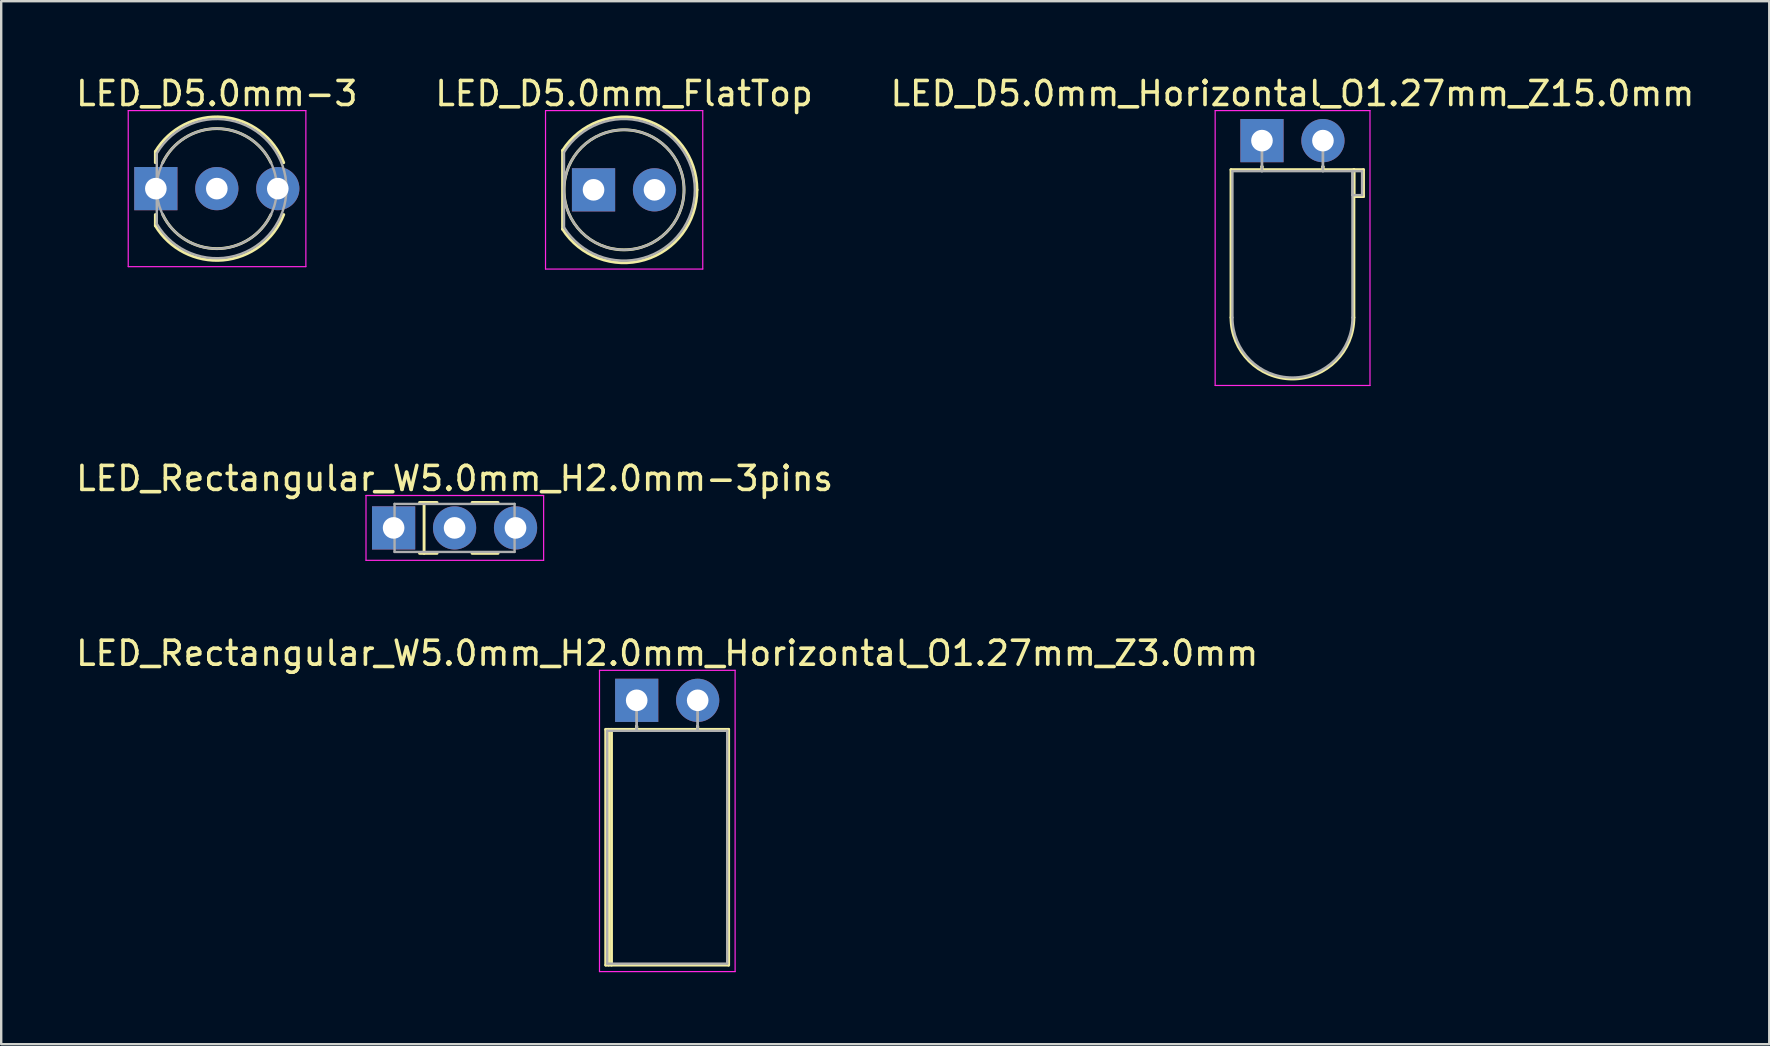
<source format=kicad_pcb>
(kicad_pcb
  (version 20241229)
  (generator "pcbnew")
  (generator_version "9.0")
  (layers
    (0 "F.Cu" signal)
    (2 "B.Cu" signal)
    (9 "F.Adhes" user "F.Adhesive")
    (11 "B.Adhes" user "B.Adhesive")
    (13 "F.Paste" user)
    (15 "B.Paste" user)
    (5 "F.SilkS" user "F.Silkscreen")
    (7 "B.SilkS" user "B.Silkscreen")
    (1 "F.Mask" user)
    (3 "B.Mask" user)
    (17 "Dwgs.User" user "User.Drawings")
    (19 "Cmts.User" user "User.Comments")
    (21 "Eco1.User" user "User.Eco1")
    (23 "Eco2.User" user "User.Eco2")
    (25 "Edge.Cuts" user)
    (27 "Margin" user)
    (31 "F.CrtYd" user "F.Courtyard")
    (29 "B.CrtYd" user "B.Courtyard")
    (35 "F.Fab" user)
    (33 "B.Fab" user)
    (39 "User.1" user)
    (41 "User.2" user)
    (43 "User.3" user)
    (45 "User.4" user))
  (footprint "LED_D5.0mm_Horizontal_O1.27mm_Z15.0mm"
    (layer "F.Cu")
    (at 49.522 2.808)
    (property "Reference" "LED_D5.0mm_Horizontal_O1.27mm_Z15.0mm" (at 1.27 -1.96 0) (layer "F.SilkS") (effects (font (size 1 1) (thickness 0.15))))
    (attr through_hole)
    (fp_line (start -1.29 1.21) (end -1.29 7.37) (stroke (width 0.12) (type solid)) (layer "F.SilkS"))
    (fp_line (start -1.29 1.21) (end 3.83 1.21) (stroke (width 0.12) (type solid)) (layer "F.SilkS"))
    (fp_line (start 0 1.08) (end 0 1.08) (stroke (width 0.12) (type solid)) (layer "F.SilkS"))
    (fp_line (start 0 1.08) (end 0 1.21) (stroke (width 0.12) (type solid)) (layer "F.SilkS"))
    (fp_line (start 0 1.21) (end 0 1.08) (stroke (width 0.12) (type solid)) (layer "F.SilkS"))
    (fp_line (start 0 1.21) (end 0 1.21) (stroke (width 0.12) (type solid)) (layer "F.SilkS"))
    (fp_line (start 2.54 1.08) (end 2.54 1.08) (stroke (width 0.12) (type solid)) (layer "F.SilkS"))
    (fp_line (start 2.54 1.08) (end 2.54 1.21) (stroke (width 0.12) (type solid)) (layer "F.SilkS"))
    (fp_line (start 2.54 1.21) (end 2.54 1.08) (stroke (width 0.12) (type solid)) (layer "F.SilkS"))
    (fp_line (start 2.54 1.21) (end 2.54 1.21) (stroke (width 0.12) (type solid)) (layer "F.SilkS"))
    (fp_line (start 3.83 1.21) (end 3.83 7.37) (stroke (width 0.12) (type solid)) (layer "F.SilkS"))
    (fp_line (start 3.83 1.21) (end 4.23 1.21) (stroke (width 0.12) (type solid)) (layer "F.SilkS"))
    (fp_line (start 3.83 2.33) (end 3.83 1.21) (stroke (width 0.12) (type solid)) (layer "F.SilkS"))
    (fp_line (start 4.23 1.21) (end 4.23 2.33) (stroke (width 0.12) (type solid)) (layer "F.SilkS"))
    (fp_line (start 4.23 2.33) (end 3.83 2.33) (stroke (width 0.12) (type solid)) (layer "F.SilkS"))
    (fp_arc (start 3.83 7.37) (mid 1.27 9.93) (end -1.29 7.37) (stroke (width 0.12) (type solid)) (layer "F.SilkS"))
    (fp_line (start -1.95 -1.25) (end -1.95 10.2) (stroke (width 0.05) (type solid)) (layer "F.CrtYd"))
    (fp_line (start -1.95 10.2) (end 4.5 10.2) (stroke (width 0.05) (type solid)) (layer "F.CrtYd"))
    (fp_line (start 4.5 -1.25) (end -1.95 -1.25) (stroke (width 0.05) (type solid)) (layer "F.CrtYd"))
    (fp_line (start 4.5 10.2) (end 4.5 -1.25) (stroke (width 0.05) (type solid)) (layer "F.CrtYd"))
    (fp_line (start -1.23 1.27) (end -1.23 7.37) (stroke (width 0.1) (type solid)) (layer "F.Fab"))
    (fp_line (start -1.23 1.27) (end 3.77 1.27) (stroke (width 0.1) (type solid)) (layer "F.Fab"))
    (fp_line (start 0 0) (end 0 0) (stroke (width 0.1) (type solid)) (layer "F.Fab"))
    (fp_line (start 0 0) (end 0 1.27) (stroke (width 0.1) (type solid)) (layer "F.Fab"))
    (fp_line (start 0 1.27) (end 0 0) (stroke (width 0.1) (type solid)) (layer "F.Fab"))
    (fp_line (start 0 1.27) (end 0 1.27) (stroke (width 0.1) (type solid)) (layer "F.Fab"))
    (fp_line (start 2.54 0) (end 2.54 0) (stroke (width 0.1) (type solid)) (layer "F.Fab"))
    (fp_line (start 2.54 0) (end 2.54 1.27) (stroke (width 0.1) (type solid)) (layer "F.Fab"))
    (fp_line (start 2.54 1.27) (end 2.54 0) (stroke (width 0.1) (type solid)) (layer "F.Fab"))
    (fp_line (start 2.54 1.27) (end 2.54 1.27) (stroke (width 0.1) (type solid)) (layer "F.Fab"))
    (fp_line (start 3.77 1.27) (end 3.77 7.37) (stroke (width 0.1) (type solid)) (layer "F.Fab"))
    (fp_line (start 3.77 1.27) (end 4.17 1.27) (stroke (width 0.1) (type solid)) (layer "F.Fab"))
    (fp_line (start 3.77 2.27) (end 3.77 1.27) (stroke (width 0.1) (type solid)) (layer "F.Fab"))
    (fp_line (start 4.17 1.27) (end 4.17 2.27) (stroke (width 0.1) (type solid)) (layer "F.Fab"))
    (fp_line (start 4.17 2.27) (end 3.77 2.27) (stroke (width 0.1) (type solid)) (layer "F.Fab"))
    (fp_arc (start 3.77 7.37) (mid 1.27 9.87) (end -1.23 7.37) (stroke (width 0.1) (type solid)) (layer "F.Fab"))
    (pad "1" thru_hole rect (at 0 0) (size 1.8 1.8) (drill 0.9) (layers "*.Cu" "*.Mask"))
    (pad "2" thru_hole circle (at 2.54 0) (size 1.8 1.8) (drill 0.9) (layers "*.Cu" "*.Mask")))
  (footprint "LED_D5.0mm_FlatTop"
    (layer "F.Cu")
    (at 21.676 4.858)
    (property "Reference" "LED_D5.0mm_FlatTop" (at 1.27 -4.01 0) (layer "F.SilkS") (effects (font (size 1 1) (thickness 0.15))))
    (attr through_hole)
    (fp_line (start -1.29 -1.64) (end -1.29 1.64) (stroke (width 0.12) (type solid)) (layer "F.SilkS"))
    (fp_arc (start -1.29 -1.639512) (mid 2.125106 -2.917258) (end 4.309999 0.001958) (stroke (width 0.12) (type solid)) (layer "F.SilkS"))
    (fp_arc (start 4.309999 -0.001958) (mid 2.125106 2.917258) (end -1.29 1.639512) (stroke (width 0.12) (type solid)) (layer "F.SilkS"))
    (fp_circle (center 1.27 0) (end 3.77 0) (stroke (width 0.12) (type solid)) (fill no) (layer "F.SilkS"))
    (fp_line (start -2 -3.3) (end -2 3.3) (stroke (width 0.05) (type solid)) (layer "F.CrtYd"))
    (fp_line (start -2 3.3) (end 4.55 3.3) (stroke (width 0.05) (type solid)) (layer "F.CrtYd"))
    (fp_line (start 4.55 -3.3) (end -2 -3.3) (stroke (width 0.05) (type solid)) (layer "F.CrtYd"))
    (fp_line (start 4.55 3.3) (end 4.55 -3.3) (stroke (width 0.05) (type solid)) (layer "F.CrtYd"))
    (fp_line (start -1.23 -1.566) (end -1.23 1.566) (stroke (width 0.1) (type solid)) (layer "F.Fab"))
    (fp_arc (start -1.23 -1.566046) (mid 4.22 0.00071) (end -1.230753 1.564843) (stroke (width 0.1) (type solid)) (layer "F.Fab"))
    (fp_circle (center 1.27 0) (end 3.77 0) (stroke (width 0.1) (type solid)) (fill no) (layer "F.Fab"))
    (pad "1" thru_hole rect (at 0 0) (size 1.8 1.8) (drill 0.9) (layers "*.Cu" "*.Mask"))
    (pad "2" thru_hole circle (at 2.54 0) (size 1.8 1.8) (drill 0.9) (layers "*.Cu" "*.Mask")))
  (footprint "LED_Rectangular_W5.0mm_H2.0mm-3pins"
    (layer "F.Cu")
    (at 13.347 18.942)
    (property "Reference" "LED_Rectangular_W5.0mm_H2.0mm-3pins" (at 2.54 -2.06 0) (layer "F.SilkS") (effects (font (size 1 1) (thickness 0.15))))
    (attr through_hole)
    (fp_line (start 1.08 -1.06) (end 1.81 -1.06) (stroke (width 0.12) (type solid)) (layer "F.SilkS"))
    (fp_line (start 1.08 1.06) (end 1.81 1.06) (stroke (width 0.12) (type solid)) (layer "F.SilkS"))
    (fp_line (start 1.27 -1.06) (end 1.27 1.06) (stroke (width 0.12) (type solid)) (layer "F.SilkS"))
    (fp_line (start 3.27 -1.06) (end 4.351 -1.06) (stroke (width 0.12) (type solid)) (layer "F.SilkS"))
    (fp_line (start 3.27 1.06) (end 4.351 1.06) (stroke (width 0.12) (type solid)) (layer "F.SilkS"))
    (fp_line (start -1.15 -1.35) (end -1.15 1.35) (stroke (width 0.05) (type solid)) (layer "F.CrtYd"))
    (fp_line (start -1.15 1.35) (end 6.25 1.35) (stroke (width 0.05) (type solid)) (layer "F.CrtYd"))
    (fp_line (start 6.25 -1.35) (end -1.15 -1.35) (stroke (width 0.05) (type solid)) (layer "F.CrtYd"))
    (fp_line (start 6.25 1.35) (end 6.25 -1.35) (stroke (width 0.05) (type solid)) (layer "F.CrtYd"))
    (fp_line (start 0.04 -1) (end 0.04 1) (stroke (width 0.1) (type solid)) (layer "F.Fab"))
    (fp_line (start 0.04 1) (end 5.04 1) (stroke (width 0.1) (type solid)) (layer "F.Fab"))
    (fp_line (start 5.04 -1) (end 0.04 -1) (stroke (width 0.1) (type solid)) (layer "F.Fab"))
    (fp_line (start 5.04 1) (end 5.04 -1) (stroke (width 0.1) (type solid)) (layer "F.Fab"))
    (pad "1" thru_hole rect (at 0 0) (size 1.8 1.8) (drill 0.9) (layers "*.Cu" "*.Mask"))
    (pad "2" thru_hole circle (at 2.54 0) (size 1.8 1.8) (drill 0.9) (layers "*.Cu" "*.Mask"))
    (pad "3" thru_hole circle (at 5.08 0) (size 1.8 1.8) (drill 0.9) (layers "*.Cu" "*.Mask")))
  (footprint "LED_Rectangular_W5.0mm_H2.0mm_Horizontal_O1.27mm_Z3.0mm"
    (layer "F.Cu")
    (at 23.474 26.125)
    (property "Reference" "LED_Rectangular_W5.0mm_H2.0mm_Horizontal_O1.27mm_Z3.0mm" (at 1.27 -1.96 0) (layer "F.SilkS") (effects (font (size 1 1) (thickness 0.15))))
    (attr through_hole)
    (fp_line (start -1.29 1.21) (end -1.29 11.03) (stroke (width 0.12) (type solid)) (layer "F.SilkS"))
    (fp_line (start -1.29 11.03) (end 3.83 11.03) (stroke (width 0.12) (type solid)) (layer "F.SilkS"))
    (fp_line (start -1.17 1.21) (end -1.17 11.03) (stroke (width 0.12) (type solid)) (layer "F.SilkS"))
    (fp_line (start -1.05 1.21) (end -1.05 11.03) (stroke (width 0.12) (type solid)) (layer "F.SilkS"))
    (fp_line (start 0 1.08) (end 0 1.08) (stroke (width 0.12) (type solid)) (layer "F.SilkS"))
    (fp_line (start 0 1.08) (end 0 1.21) (stroke (width 0.12) (type solid)) (layer "F.SilkS"))
    (fp_line (start 0 1.21) (end 0 1.08) (stroke (width 0.12) (type solid)) (layer "F.SilkS"))
    (fp_line (start 0 1.21) (end 0 1.21) (stroke (width 0.12) (type solid)) (layer "F.SilkS"))
    (fp_line (start 2.54 1.08) (end 2.54 1.08) (stroke (width 0.12) (type solid)) (layer "F.SilkS"))
    (fp_line (start 2.54 1.08) (end 2.54 1.21) (stroke (width 0.12) (type solid)) (layer "F.SilkS"))
    (fp_line (start 2.54 1.21) (end 2.54 1.08) (stroke (width 0.12) (type solid)) (layer "F.SilkS"))
    (fp_line (start 2.54 1.21) (end 2.54 1.21) (stroke (width 0.12) (type solid)) (layer "F.SilkS"))
    (fp_line (start 3.83 1.21) (end -1.29 1.21) (stroke (width 0.12) (type solid)) (layer "F.SilkS"))
    (fp_line (start 3.83 11.03) (end 3.83 1.21) (stroke (width 0.12) (type solid)) (layer "F.SilkS"))
    (fp_line (start -1.55 -1.25) (end -1.55 11.3) (stroke (width 0.05) (type solid)) (layer "F.CrtYd"))
    (fp_line (start -1.55 11.3) (end 4.1 11.3) (stroke (width 0.05) (type solid)) (layer "F.CrtYd"))
    (fp_line (start 4.1 -1.25) (end -1.55 -1.25) (stroke (width 0.05) (type solid)) (layer "F.CrtYd"))
    (fp_line (start 4.1 11.3) (end 4.1 -1.25) (stroke (width 0.05) (type solid)) (layer "F.CrtYd"))
    (fp_line (start -1.23 1.27) (end -1.23 10.97) (stroke (width 0.1) (type solid)) (layer "F.Fab"))
    (fp_line (start -1.23 10.97) (end 3.77 10.97) (stroke (width 0.1) (type solid)) (layer "F.Fab"))
    (fp_line (start 0 0) (end 0 0) (stroke (width 0.1) (type solid)) (layer "F.Fab"))
    (fp_line (start 0 0) (end 0 1.27) (stroke (width 0.1) (type solid)) (layer "F.Fab"))
    (fp_line (start 0 1.27) (end 0 0) (stroke (width 0.1) (type solid)) (layer "F.Fab"))
    (fp_line (start 0 1.27) (end 0 1.27) (stroke (width 0.1) (type solid)) (layer "F.Fab"))
    (fp_line (start 2.54 0) (end 2.54 0) (stroke (width 0.1) (type solid)) (layer "F.Fab"))
    (fp_line (start 2.54 0) (end 2.54 1.27) (stroke (width 0.1) (type solid)) (layer "F.Fab"))
    (fp_line (start 2.54 1.27) (end 2.54 0) (stroke (width 0.1) (type solid)) (layer "F.Fab"))
    (fp_line (start 2.54 1.27) (end 2.54 1.27) (stroke (width 0.1) (type solid)) (layer "F.Fab"))
    (fp_line (start 3.77 1.27) (end -1.23 1.27) (stroke (width 0.1) (type solid)) (layer "F.Fab"))
    (fp_line (start 3.77 10.97) (end 3.77 1.27) (stroke (width 0.1) (type solid)) (layer "F.Fab"))
    (pad "1" thru_hole rect (at 0 0) (size 1.8 1.8) (drill 0.9) (layers "*.Cu" "*.Mask"))
    (pad "2" thru_hole circle (at 2.54 0) (size 1.8 1.8) (drill 0.9) (layers "*.Cu" "*.Mask")))
  (footprint "LED_D5.0mm-3"
    (layer "F.Cu")
    (at 3.442 4.808)
    (property "Reference" "LED_D5.0mm-3" (at 2.54 -3.96 0) (layer "F.SilkS") (effects (font (size 1 1) (thickness 0.15))))
    (attr through_hole)
    (fp_line (start -0.02 -1.545) (end -0.02 -1.08) (stroke (width 0.12) (type solid)) (layer "F.SilkS"))
    (fp_line (start -0.02 1.08) (end -0.02 1.545) (stroke (width 0.12) (type solid)) (layer "F.SilkS"))
    (fp_arc (start -0.02 -1.54483) (mid 2.798456 -2.978809) (end 5.327815 -1.080827) (stroke (width 0.12) (type solid)) (layer "F.SilkS"))
    (fp_arc (start 0.285316 -1.08) (mid 2.539762 -2.5) (end 4.794479 -1.080429) (stroke (width 0.12) (type solid)) (layer "F.SilkS"))
    (fp_arc (start 4.794479 1.080429) (mid 2.539762 2.5) (end 0.285316 1.08) (stroke (width 0.12) (type solid)) (layer "F.SilkS"))
    (fp_arc (start 5.327815 1.080827) (mid 2.798456 2.978808) (end -0.02 1.54483) (stroke (width 0.12) (type solid)) (layer "F.SilkS"))
    (fp_line (start -1.15 -3.25) (end -1.15 3.25) (stroke (width 0.05) (type solid)) (layer "F.CrtYd"))
    (fp_line (start -1.15 3.25) (end 6.25 3.25) (stroke (width 0.05) (type solid)) (layer "F.CrtYd"))
    (fp_line (start 6.25 -3.25) (end -1.15 -3.25) (stroke (width 0.05) (type solid)) (layer "F.CrtYd"))
    (fp_line (start 6.25 3.25) (end 6.25 -3.25) (stroke (width 0.05) (type solid)) (layer "F.CrtYd"))
    (fp_line (start 0.04 -1.47) (end 0.04 1.47) (stroke (width 0.1) (type solid)) (layer "F.Fab"))
    (fp_arc (start 0.04 -1.469694) (mid 5.44 0.000016) (end 0.039984 1.469666) (stroke (width 0.1) (type solid)) (layer "F.Fab"))
    (fp_circle (center 2.54 0) (end 5.04 0) (stroke (width 0.1) (type solid)) (fill no) (layer "F.Fab"))
    (pad "1" thru_hole rect (at 0 0) (size 1.8 1.8) (drill 0.9) (layers "*.Cu" "*.Mask"))
    (pad "2" thru_hole circle (at 2.54 0) (size 1.8 1.8) (drill 0.9) (layers "*.Cu" "*.Mask"))
    (pad "3" thru_hole circle (at 5.08 0) (size 1.8 1.8) (drill 0.9) (layers "*.Cu" "*.Mask")))
  (gr_rect
    (start -3 -3)
    (end 70.655 40.45)
    (stroke (width 0.1) (type default))
    (fill no)
    (layer "Edge.Cuts")))
</source>
